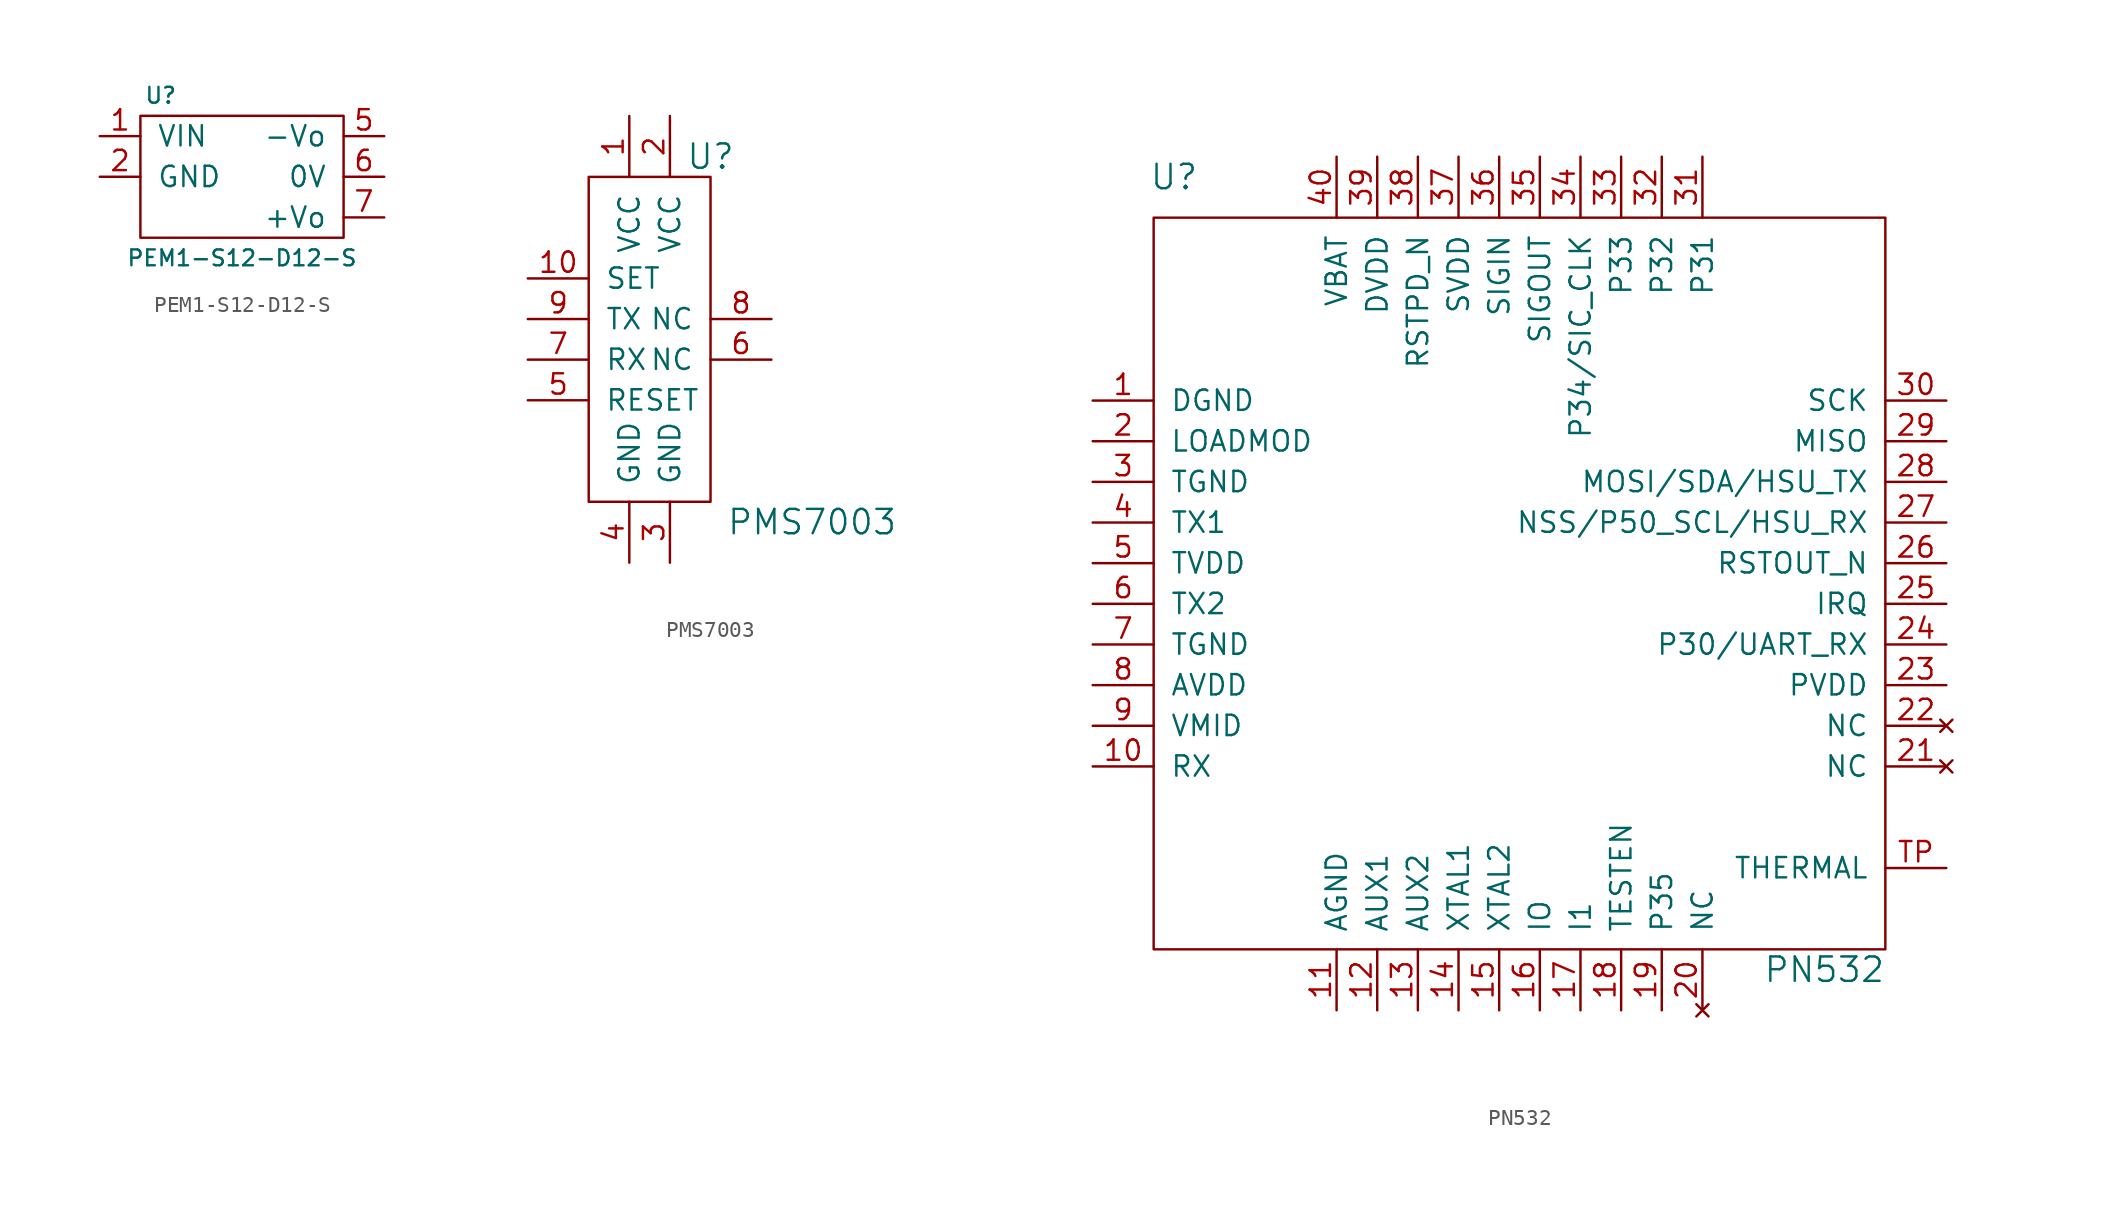
<source format=kicad_sym>
(kicad_symbol_lib
  (version 20210619)
  (generator kicad_symbol_editor)
  (symbol "tinkerforge:PEM1-S12-D12-S"
    (pin_names
      (offset 1.016))
    (property "Reference" "U"
      (at -5.08 5.08 0)
      (effects (font (size 0.991 0.991))))
    (property "Value" "PEM1-S12-D12-S"
      (at 0 -5.08 0)
      (effects (font (size 0.991 0.991))))
    (symbol "PEM1-S12-D12-S_0_1"
      (rectangle (start -6.35 3.81) (end 6.35 -3.81) (stroke (width 0)) (fill (type none))))
    (symbol "PEM1-S12-D12-S_1_1"
      (pin passive line (at -8.89 2.54 0) (length 2.54) (name "VIN" (effects (font (size 1.27 1.27)))) (number "1" (effects (font (size 1.27 1.27)))))
      (pin passive line (at -8.89 0 0) (length 2.54) (name "GND" (effects (font (size 1.27 1.27)))) (number "2" (effects (font (size 1.27 1.27)))))
      (pin passive line (at 8.89 2.54 180) (length 2.54) (name "-Vo" (effects (font (size 1.27 1.27)))) (number "5" (effects (font (size 1.27 1.27)))))
      (pin passive line (at 8.89 0 180) (length 2.54) (name "0V" (effects (font (size 1.27 1.27)))) (number "6" (effects (font (size 1.27 1.27)))))
      (pin passive line (at 8.89 -2.54 180) (length 2.54) (name "+Vo" (effects (font (size 1.27 1.27)))) (number "7" (effects (font (size 1.27 1.27)))))))
  (symbol "tinkerforge:PMS7003"
    (pin_names
      (offset 1.016))
    (property "Reference" "U"
      (at 3.81 11.43 0)
      (effects (font (size 1.524 1.524))))
    (property "Value" "PMS7003"
      (at 10.16 -11.43 0)
      (effects (font (size 1.524 1.524))))
    (property "Footprint" ""
      (at 0 0 0)
      (effects (font (size 1.524 1.524))))
    (property "Datasheet" ""
      (at 0 0 0)
      (effects (font (size 1.524 1.524))))
    (symbol "PMS7003_0_1"
      (rectangle (start -3.81 10.16) (end 3.81 -10.16) (stroke (width 0)) (fill (type none))))
    (symbol "PMS7003_1_1"
      (pin passive line (at -1.27 13.97 270) (length 3.81) (name "VCC" (effects (font (size 1.27 1.27)))) (number "1" (effects (font (size 1.27 1.27)))))
      (pin passive line (at -7.62 3.81 0) (length 3.81) (name "SET" (effects (font (size 1.27 1.27)))) (number "10" (effects (font (size 1.27 1.27)))))
      (pin passive line (at 1.27 13.97 270) (length 3.81) (name "VCC" (effects (font (size 1.27 1.27)))) (number "2" (effects (font (size 1.27 1.27)))))
      (pin passive line (at 1.27 -13.97 90) (length 3.81) (name "GND" (effects (font (size 1.27 1.27)))) (number "3" (effects (font (size 1.27 1.27)))))
      (pin passive line (at -1.27 -13.97 90) (length 3.81) (name "GND" (effects (font (size 1.27 1.27)))) (number "4" (effects (font (size 1.27 1.27)))))
      (pin passive line (at -7.62 -3.81 0) (length 3.81) (name "RESET" (effects (font (size 1.27 1.27)))) (number "5" (effects (font (size 1.27 1.27)))))
      (pin passive line (at 7.62 -1.27 180) (length 3.81) (name "NC" (effects (font (size 1.27 1.27)))) (number "6" (effects (font (size 1.27 1.27)))))
      (pin passive line (at -7.62 -1.27 0) (length 3.81) (name "RX" (effects (font (size 1.27 1.27)))) (number "7" (effects (font (size 1.27 1.27)))))
      (pin passive line (at 7.62 1.27 180) (length 3.81) (name "NC" (effects (font (size 1.27 1.27)))) (number "8" (effects (font (size 1.27 1.27)))))
      (pin passive line (at -7.62 1.27 0) (length 3.81) (name "TX" (effects (font (size 1.27 1.27)))) (number "9" (effects (font (size 1.27 1.27)))))))
  (symbol "tinkerforge:PN532"
    (pin_names
      (offset 1.016))
    (property "Reference" "U"
      (at -21.59 25.4 0)
      (effects (font (size 1.524 1.524))))
    (property "Value" "PN532"
      (at 19.05 -24.13 0)
      (effects (font (size 1.524 1.524))))
    (property "Footprint" ""
      (at 0 0 0)
      (effects (font (size 1.524 1.524))))
    (property "Datasheet" ""
      (at 0 0 0)
      (effects (font (size 1.524 1.524))))
    (symbol "PN532_0_1"
      (rectangle (start -22.86 22.86) (end 22.86 -22.86) (stroke (width 0)) (fill (type none))))
    (symbol "PN532_1_1"
      (pin passive line (at -26.67 11.43 0) (length 3.81) (name "DGND" (effects (font (size 1.27 1.27)))) (number "1" (effects (font (size 1.27 1.27)))))
      (pin passive line (at -26.67 -11.43 0) (length 3.81) (name "RX" (effects (font (size 1.27 1.27)))) (number "10" (effects (font (size 1.27 1.27)))))
      (pin passive line (at -11.43 -26.67 90) (length 3.81) (name "AGND" (effects (font (size 1.27 1.27)))) (number "11" (effects (font (size 1.27 1.27)))))
      (pin passive line (at -8.89 -26.67 90) (length 3.81) (name "AUX1" (effects (font (size 1.27 1.27)))) (number "12" (effects (font (size 1.27 1.27)))))
      (pin passive line (at -6.35 -26.67 90) (length 3.81) (name "AUX2" (effects (font (size 1.27 1.27)))) (number "13" (effects (font (size 1.27 1.27)))))
      (pin passive line (at -3.81 -26.67 90) (length 3.81) (name "XTAL1" (effects (font (size 1.27 1.27)))) (number "14" (effects (font (size 1.27 1.27)))))
      (pin passive line (at -1.27 -26.67 90) (length 3.81) (name "XTAL2" (effects (font (size 1.27 1.27)))) (number "15" (effects (font (size 1.27 1.27)))))
      (pin passive line (at 1.27 -26.67 90) (length 3.81) (name "IO" (effects (font (size 1.27 1.27)))) (number "16" (effects (font (size 1.27 1.27)))))
      (pin passive line (at 3.81 -26.67 90) (length 3.81) (name "I1" (effects (font (size 1.27 1.27)))) (number "17" (effects (font (size 1.27 1.27)))))
      (pin passive line (at 6.35 -26.67 90) (length 3.81) (name "TESTEN" (effects (font (size 1.27 1.27)))) (number "18" (effects (font (size 1.27 1.27)))))
      (pin passive line (at 8.89 -26.67 90) (length 3.81) (name "P35" (effects (font (size 1.27 1.27)))) (number "19" (effects (font (size 1.27 1.27)))))
      (pin passive line (at -26.67 8.89 0) (length 3.81) (name "LOADMOD" (effects (font (size 1.27 1.27)))) (number "2" (effects (font (size 1.27 1.27)))))
      (pin no_connect line (at 11.43 -26.67 90) (length 3.81) (name "NC" (effects (font (size 1.27 1.27)))) (number "20" (effects (font (size 1.27 1.27)))))
      (pin no_connect line (at 26.67 -11.43 180) (length 3.81) (name "NC" (effects (font (size 1.27 1.27)))) (number "21" (effects (font (size 1.27 1.27)))))
      (pin no_connect line (at 26.67 -8.89 180) (length 3.81) (name "NC" (effects (font (size 1.27 1.27)))) (number "22" (effects (font (size 1.27 1.27)))))
      (pin passive line (at 26.67 -6.35 180) (length 3.81) (name "PVDD" (effects (font (size 1.27 1.27)))) (number "23" (effects (font (size 1.27 1.27)))))
      (pin passive line (at 26.67 -3.81 180) (length 3.81) (name "P30/UART_RX" (effects (font (size 1.27 1.27)))) (number "24" (effects (font (size 1.27 1.27)))))
      (pin passive line (at 26.67 -1.27 180) (length 3.81) (name "IRQ" (effects (font (size 1.27 1.27)))) (number "25" (effects (font (size 1.27 1.27)))))
      (pin passive line (at 26.67 1.27 180) (length 3.81) (name "RSTOUT_N" (effects (font (size 1.27 1.27)))) (number "26" (effects (font (size 1.27 1.27)))))
      (pin passive line (at 26.67 3.81 180) (length 3.81) (name "NSS/P50_SCL/HSU_RX" (effects (font (size 1.27 1.27)))) (number "27" (effects (font (size 1.27 1.27)))))
      (pin passive line (at 26.67 6.35 180) (length 3.81) (name "MOSI/SDA/HSU_TX" (effects (font (size 1.27 1.27)))) (number "28" (effects (font (size 1.27 1.27)))))
      (pin passive line (at 26.67 8.89 180) (length 3.81) (name "MISO" (effects (font (size 1.27 1.27)))) (number "29" (effects (font (size 1.27 1.27)))))
      (pin passive line (at -26.67 6.35 0) (length 3.81) (name "TGND" (effects (font (size 1.27 1.27)))) (number "3" (effects (font (size 1.27 1.27)))))
      (pin passive line (at 26.67 11.43 180) (length 3.81) (name "SCK" (effects (font (size 1.27 1.27)))) (number "30" (effects (font (size 1.27 1.27)))))
      (pin passive line (at 11.43 26.67 270) (length 3.81) (name "P31" (effects (font (size 1.27 1.27)))) (number "31" (effects (font (size 1.27 1.27)))))
      (pin passive line (at 8.89 26.67 270) (length 3.81) (name "P32" (effects (font (size 1.27 1.27)))) (number "32" (effects (font (size 1.27 1.27)))))
      (pin passive line (at 6.35 26.67 270) (length 3.81) (name "P33" (effects (font (size 1.27 1.27)))) (number "33" (effects (font (size 1.27 1.27)))))
      (pin passive line (at 3.81 26.67 270) (length 3.81) (name "P34/SIC_CLK" (effects (font (size 1.27 1.27)))) (number "34" (effects (font (size 1.27 1.27)))))
      (pin passive line (at 1.27 26.67 270) (length 3.81) (name "SIGOUT" (effects (font (size 1.27 1.27)))) (number "35" (effects (font (size 1.27 1.27)))))
      (pin passive line (at -1.27 26.67 270) (length 3.81) (name "SIGIN" (effects (font (size 1.27 1.27)))) (number "36" (effects (font (size 1.27 1.27)))))
      (pin passive line (at -3.81 26.67 270) (length 3.81) (name "SVDD" (effects (font (size 1.27 1.27)))) (number "37" (effects (font (size 1.27 1.27)))))
      (pin passive line (at -6.35 26.67 270) (length 3.81) (name "RSTPD_N" (effects (font (size 1.27 1.27)))) (number "38" (effects (font (size 1.27 1.27)))))
      (pin passive line (at -8.89 26.67 270) (length 3.81) (name "DVDD" (effects (font (size 1.27 1.27)))) (number "39" (effects (font (size 1.27 1.27)))))
      (pin passive line (at -26.67 3.81 0) (length 3.81) (name "TX1" (effects (font (size 1.27 1.27)))) (number "4" (effects (font (size 1.27 1.27)))))
      (pin passive line (at -11.43 26.67 270) (length 3.81) (name "VBAT" (effects (font (size 1.27 1.27)))) (number "40" (effects (font (size 1.27 1.27)))))
      (pin passive line (at -26.67 1.27 0) (length 3.81) (name "TVDD" (effects (font (size 1.27 1.27)))) (number "5" (effects (font (size 1.27 1.27)))))
      (pin passive line (at -26.67 -1.27 0) (length 3.81) (name "TX2" (effects (font (size 1.27 1.27)))) (number "6" (effects (font (size 1.27 1.27)))))
      (pin passive line (at -26.67 -3.81 0) (length 3.81) (name "TGND" (effects (font (size 1.27 1.27)))) (number "7" (effects (font (size 1.27 1.27)))))
      (pin passive line (at -26.67 -6.35 0) (length 3.81) (name "AVDD" (effects (font (size 1.27 1.27)))) (number "8" (effects (font (size 1.27 1.27)))))
      (pin passive line (at -26.67 -8.89 0) (length 3.81) (name "VMID" (effects (font (size 1.27 1.27)))) (number "9" (effects (font (size 1.27 1.27)))))
      (pin passive line (at 26.67 -17.78 180) (length 3.81) (name "THERMAL" (effects (font (size 1.27 1.27)))) (number "TP" (effects (font (size 1.27 1.27))))))))
</source>
